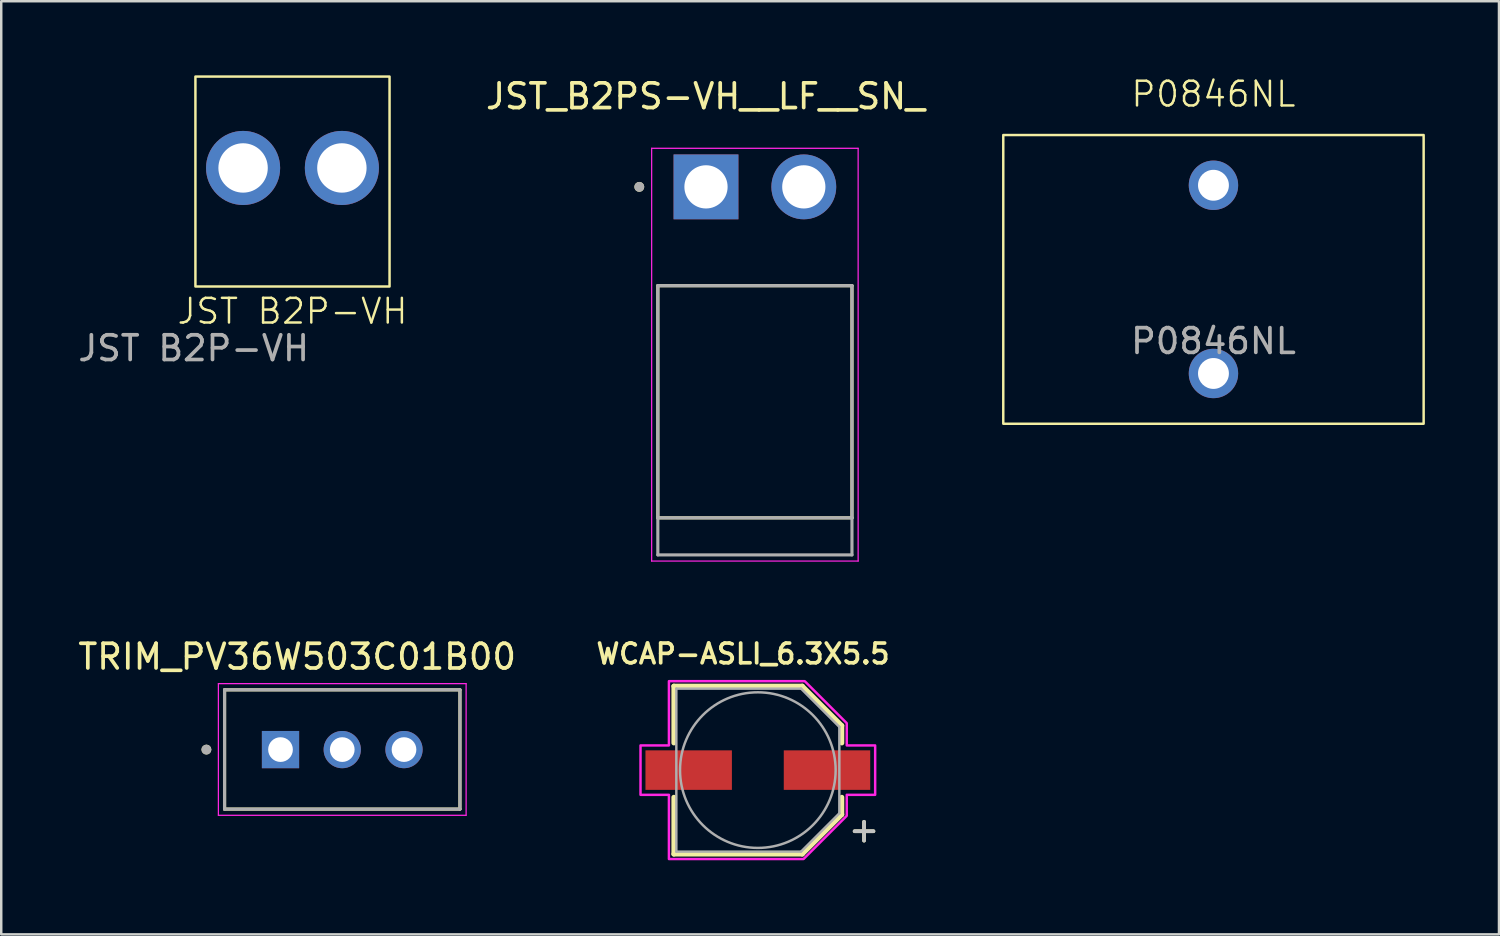
<source format=kicad_pcb>
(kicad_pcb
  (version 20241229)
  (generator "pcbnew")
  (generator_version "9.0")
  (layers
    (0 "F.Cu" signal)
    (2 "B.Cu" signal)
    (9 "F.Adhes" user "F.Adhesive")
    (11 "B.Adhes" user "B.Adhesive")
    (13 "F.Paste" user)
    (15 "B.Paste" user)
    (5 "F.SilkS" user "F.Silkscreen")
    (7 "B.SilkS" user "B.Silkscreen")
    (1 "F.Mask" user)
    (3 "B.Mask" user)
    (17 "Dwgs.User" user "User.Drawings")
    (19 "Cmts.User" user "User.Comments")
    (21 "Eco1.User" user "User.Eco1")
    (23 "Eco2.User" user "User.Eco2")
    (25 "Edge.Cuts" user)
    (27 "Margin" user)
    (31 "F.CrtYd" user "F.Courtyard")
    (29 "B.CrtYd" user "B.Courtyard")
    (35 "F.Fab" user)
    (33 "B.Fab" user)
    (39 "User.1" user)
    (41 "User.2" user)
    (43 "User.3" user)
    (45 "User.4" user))
  (footprint "JST_B2PS-VH__LF__SN_"
    (layer "F.Cu")
    (at 27.514 4.516)
    (property "Reference" "JST_B2PS-VH__LF__SN_" (at -2 -3.667 0) (layer "F.SilkS") (effects (font (size 1 1) (thickness 0.15))))
    (attr through_hole)
    (fp_line (start -3.93 4) (end -3.93 13.4) (stroke (width 0.127) (type solid)) (layer "F.SilkS"))
    (fp_line (start -3.93 13.4) (end 3.93 13.4) (stroke (width 0.127) (type solid)) (layer "F.SilkS"))
    (fp_line (start 3.93 4) (end -3.93 4) (stroke (width 0.127) (type solid)) (layer "F.SilkS"))
    (fp_line (start 3.93 13.4) (end 3.93 4) (stroke (width 0.127) (type solid)) (layer "F.SilkS"))
    (fp_circle (center -4.68 0) (end -4.58 0) (stroke (width 0.2) (type solid)) (fill no) (layer "F.SilkS"))
    (fp_line (start -4.18 -1.562) (end -4.18 15.15) (stroke (width 0.05) (type solid)) (layer "F.CrtYd"))
    (fp_line (start -4.18 15.15) (end 4.18 15.15) (stroke (width 0.05) (type solid)) (layer "F.CrtYd"))
    (fp_line (start 4.18 -1.562) (end -4.18 -1.562) (stroke (width 0.05) (type solid)) (layer "F.CrtYd"))
    (fp_line (start 4.18 15.15) (end 4.18 -1.562) (stroke (width 0.05) (type solid)) (layer "F.CrtYd"))
    (fp_line (start -3.93 4) (end -3.93 13.4) (stroke (width 0.127) (type solid)) (layer "F.Fab"))
    (fp_line (start -3.93 13.4) (end -3.93 14.9) (stroke (width 0.127) (type solid)) (layer "F.Fab"))
    (fp_line (start -3.93 13.4) (end 3.93 13.4) (stroke (width 0.127) (type solid)) (layer "F.Fab"))
    (fp_line (start -3.93 14.9) (end 3.93 14.9) (stroke (width 0.127) (type solid)) (layer "F.Fab"))
    (fp_line (start 3.93 4) (end -3.93 4) (stroke (width 0.127) (type solid)) (layer "F.Fab"))
    (fp_line (start 3.93 13.4) (end 3.93 4) (stroke (width 0.127) (type solid)) (layer "F.Fab"))
    (fp_line (start 3.93 14.9) (end 3.93 13.4) (stroke (width 0.127) (type solid)) (layer "F.Fab"))
    (fp_circle (center -4.68 0) (end -4.58 0) (stroke (width 0.2) (type solid)) (fill no) (layer "F.Fab"))
    (pad "1" thru_hole rect (at -1.98 0) (size 2.625 2.625) (drill 1.75) (layers "*.Cu" "*.Mask"))
    (pad "2" thru_hole circle (at 1.98 0) (size 2.625 2.625) (drill 1.75) (layers "*.Cu" "*.Mask")))
  (footprint "TRIM_PV36W503C01B00"
    (layer "F.Cu")
    (at 10.807 27.299)
    (property "Reference" "TRIM_PV36W503C01B00" (at -1.825 -3.76 0) (layer "F.SilkS") (effects (font (size 1 1) (thickness 0.15))))
    (attr through_hole)
    (fp_line (start -4.765 -2.42) (end -4.765 2.41) (stroke (width 0.127) (type solid)) (layer "F.SilkS"))
    (fp_line (start -4.765 2.41) (end 4.765 2.41) (stroke (width 0.127) (type solid)) (layer "F.SilkS"))
    (fp_line (start 4.765 -2.42) (end -4.765 -2.42) (stroke (width 0.127) (type solid)) (layer "F.SilkS"))
    (fp_line (start 4.765 2.41) (end 4.765 -2.42) (stroke (width 0.127) (type solid)) (layer "F.SilkS"))
    (fp_circle (center -5.5 0) (end -5.4 0) (stroke (width 0.2) (type solid)) (fill no) (layer "F.SilkS"))
    (fp_line (start -5.015 -2.67) (end -5.015 2.66) (stroke (width 0.05) (type solid)) (layer "F.CrtYd"))
    (fp_line (start -5.015 2.66) (end 5.015 2.66) (stroke (width 0.05) (type solid)) (layer "F.CrtYd"))
    (fp_line (start 5.015 -2.67) (end -5.015 -2.67) (stroke (width 0.05) (type solid)) (layer "F.CrtYd"))
    (fp_line (start 5.015 2.66) (end 5.015 -2.67) (stroke (width 0.05) (type solid)) (layer "F.CrtYd"))
    (fp_line (start -4.765 -2.42) (end -4.765 2.41) (stroke (width 0.127) (type solid)) (layer "F.Fab"))
    (fp_line (start -4.765 2.41) (end 4.765 2.41) (stroke (width 0.127) (type solid)) (layer "F.Fab"))
    (fp_line (start 4.765 -2.42) (end -4.765 -2.42) (stroke (width 0.127) (type solid)) (layer "F.Fab"))
    (fp_line (start 4.765 2.41) (end 4.765 -2.42) (stroke (width 0.127) (type solid)) (layer "F.Fab"))
    (fp_circle (center -5.5 0) (end -5.4 0) (stroke (width 0.2) (type solid)) (fill no) (layer "F.Fab"))
    (pad "1" thru_hole rect (at -2.5 0) (size 1.508 1.508) (drill 1) (layers "*.Cu" "*.Mask"))
    (pad "2" thru_hole circle (at 0 0) (size 1.508 1.508) (drill 1) (layers "*.Cu" "*.Mask"))
    (pad "3" thru_hole circle (at 2.5 0) (size 1.508 1.508) (drill 1) (layers "*.Cu" "*.Mask")))
  (footprint "WCAP-ASLI_6.3X5.5"
    (layer "F.Cu")
    (at 27.633 28.13)
    (property "Reference" "WCAP-ASLI_6.3X5.5" (at -0.6 -4.708 0) (layer "F.SilkS") (effects (font (size 0.8 0.8) (thickness 0.15))))
    (attr smd)
    (fp_line (start -3.4 -3.4) (end -3.4 -1.1) (stroke (width 0.2) (type solid)) (layer "F.SilkS"))
    (fp_line (start -3.4 -3.4) (end 1.8 -3.4) (stroke (width 0.2) (type solid)) (layer "F.SilkS"))
    (fp_line (start -3.4 3.4) (end -3.4 1.1) (stroke (width 0.2) (type solid)) (layer "F.SilkS"))
    (fp_line (start -3.4 3.4) (end 1.8 3.4) (stroke (width 0.2) (type solid)) (layer "F.SilkS"))
    (fp_line (start 1.8 -3.4) (end 3.4 -1.8) (stroke (width 0.2) (type solid)) (layer "F.SilkS"))
    (fp_line (start 1.8 3.4) (end 3.4 1.8) (stroke (width 0.2) (type solid)) (layer "F.SilkS"))
    (fp_line (start 3.4 -1.8) (end 3.4 -1.1) (stroke (width 0.2) (type solid)) (layer "F.SilkS"))
    (fp_line (start 3.4 1.8) (end 3.4 1.1) (stroke (width 0.2) (type solid)) (layer "F.SilkS"))
    (fp_poly (pts (xy 1.9 -3.6) (xy -3.6 -3.6) (xy -3.6 -1) (xy -4.75 -1) (xy -4.75 1) (xy -3.6 1) (xy -3.6 3.6) (xy 1.85 3.6) (xy 3.6 1.85) (xy 3.6 1) (xy 4.75 1) (xy 4.75 -1) (xy 3.6 -1) (xy 3.6 -1.9)) (stroke (width 0.1) (type solid)) (fill no) (layer "F.CrtYd"))
    (fp_line (start -3.3 -3.3) (end -3.3 3.3) (stroke (width 0.1) (type solid)) (layer "F.Fab"))
    (fp_line (start -3.3 3.3) (end 1.75 3.3) (stroke (width 0.1) (type solid)) (layer "F.Fab"))
    (fp_line (start 1.75 -3.3) (end -3.3 -3.3) (stroke (width 0.1) (type solid)) (layer "F.Fab"))
    (fp_line (start 1.75 3.3) (end 3.3 1.75) (stroke (width 0.1) (type solid)) (layer "F.Fab"))
    (fp_line (start 3.3 -1.75) (end 1.75 -3.3) (stroke (width 0.1) (type solid)) (layer "F.Fab"))
    (fp_line (start 3.3 1.75) (end 3.3 -1.75) (stroke (width 0.1) (type solid)) (layer "F.Fab"))
    (fp_circle (center 0 0) (end 3.15 0) (stroke (width 0.1) (type solid)) (fill no) (layer "F.Fab"))
    (fp_text user "+" (at 4.3 2.4 0) (layer "F.SilkS") (effects (font (size 1 1) (thickness 0.15))))
    (fp_text user "+" (at 4.3 2.4 0) (layer "Dwgs.User") (effects (font (size 1 1) (thickness 0.15))))
    (pad "1" smd rect (at 2.8 0) (size 3.5 1.6) (layers "F.Cu" "F.Mask" "F.Paste"))
    (pad "2" smd rect (at -2.8 0) (size 3.5 1.6) (layers "F.Cu" "F.Mask" "F.Paste")))
  (footprint "P0846NL"
    (layer "F.Cu")
    (at 46.08 8.261)
    (property "Reference" "P0846NL" (at 0 -7.5 0) (unlocked yes) (layer "F.SilkS") (effects (font (size 1 1) (thickness 0.1))))
    (attr smd)
    (fp_rect (start -8.51 -5.845) (end 8.51 5.845) (stroke (width 0.1) (type solid)) (fill no) (layer "F.SilkS"))
    (fp_text user "${REFERENCE}" (at 0 2.5 0) (unlocked yes) (layer "F.Fab") (effects (font (size 1 1) (thickness 0.15))))
    (pad "1" thru_hole circle (at 0 -3.81) (size 2 2) (drill 1.25) (layers "*.Cu" "*.Mask"))
    (pad "1" thru_hole circle (at 0 3.81) (size 2 2) (drill 1.25) (layers "*.Cu" "*.Mask")))
  (footprint "JST B2P-VH"
    (layer "F.Cu")
    (at 4.792 8.55)
    (property "Reference" "JST B2P-VH" (at 4 1 0) (unlocked yes) (layer "F.SilkS") (effects (font (size 1 1) (thickness 0.1))))
    (attr smd)
    (fp_rect (start 0.07 -8.5) (end 7.93 0) (stroke (width 0.1) (type solid)) (fill no) (layer "F.SilkS"))
    (fp_text user "${REFERENCE}" (at 0 2.5 0) (unlocked yes) (layer "F.Fab") (effects (font (size 1 1) (thickness 0.15))))
    (pad "1" thru_hole circle (at 2 -4.8) (size 3 3) (drill 2) (layers "*.Cu" "*.Mask"))
    (pad "1" thru_hole circle (at 6 -4.8) (size 3 3) (drill 2) (layers "*.Cu" "*.Mask")))
  (gr_rect
    (start -3 -3)
    (end 57.64 34.78)
    (stroke (width 0.1) (type default))
    (fill no)
    (layer "Edge.Cuts")))
</source>
